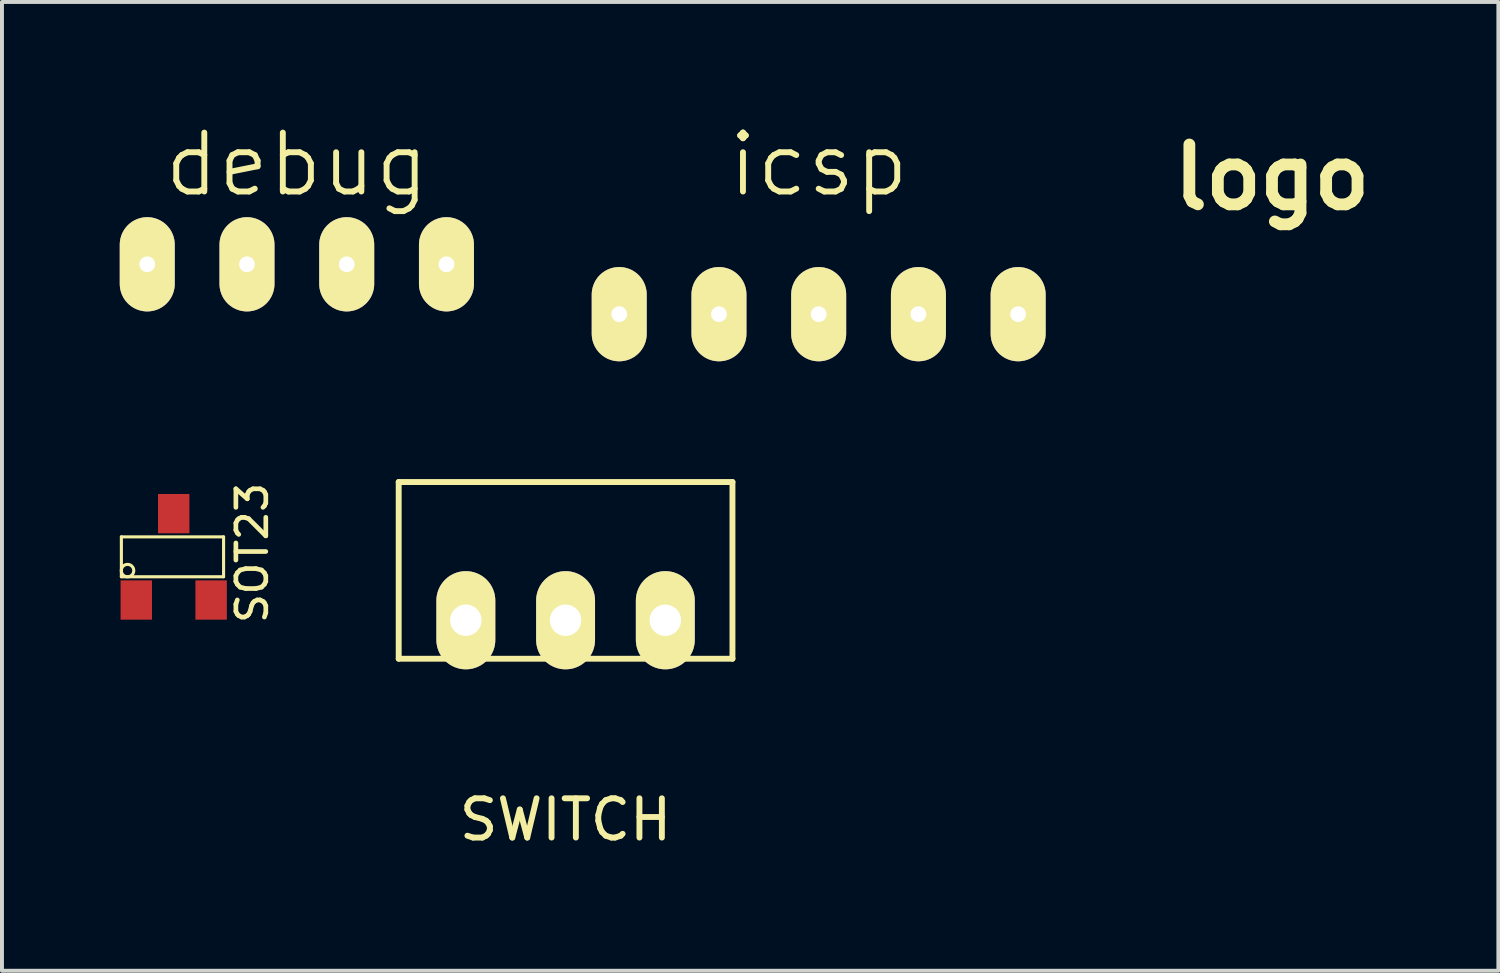
<source format=kicad_pcb>
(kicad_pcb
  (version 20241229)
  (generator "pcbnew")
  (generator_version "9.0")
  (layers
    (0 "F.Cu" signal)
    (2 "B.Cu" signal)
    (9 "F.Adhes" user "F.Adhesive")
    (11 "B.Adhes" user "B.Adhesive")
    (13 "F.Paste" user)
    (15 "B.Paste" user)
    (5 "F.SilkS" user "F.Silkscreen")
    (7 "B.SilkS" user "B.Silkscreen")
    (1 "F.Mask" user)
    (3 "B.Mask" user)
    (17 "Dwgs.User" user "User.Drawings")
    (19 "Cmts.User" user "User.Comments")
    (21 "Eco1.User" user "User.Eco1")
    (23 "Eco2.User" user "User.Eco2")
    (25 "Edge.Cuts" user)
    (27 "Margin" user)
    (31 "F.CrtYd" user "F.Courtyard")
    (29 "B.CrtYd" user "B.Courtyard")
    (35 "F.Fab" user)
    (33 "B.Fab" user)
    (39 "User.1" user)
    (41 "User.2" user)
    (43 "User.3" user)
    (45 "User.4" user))
  (footprint "logo"
    (layer "F.Cu")
    (at 29.345 1.465)
    (property "Reference" "logo" (at 0 0 0) (layer "F.SilkS") (effects (font (size 1.524 1.524) (thickness 0.3))))
    (attr through_hole)
    (fp_poly (pts (xy 1.625 -0.432) (xy 1.621 -0.329) (xy 1.607 -0.232) (xy 1.583 -0.141) (xy 1.549 -0.054) (xy 1.504 0.029) (xy 1.491 0.049) (xy 1.459 0.094) (xy 1.426 0.138) (xy 1.389 0.18) (xy 1.349 0.221) (xy 1.303 0.263) (xy 1.252 0.305) (xy 1.194 0.35) (xy 1.128 0.397) (xy 1.054 0.447) (xy 0.97 0.502) (xy 0.886 0.555) (xy 0.82 0.597) (xy 0.763 0.634) (xy 0.712 0.668) (xy 0.666 0.7) (xy 0.623 0.731) (xy 0.58 0.764) (xy 0.546 0.791) (xy 0.472 0.853) (xy 0.399 0.918) (xy 0.329 0.985) (xy 0.262 1.052) (xy 0.201 1.119) (xy 0.146 1.184) (xy 0.097 1.246) (xy 0.057 1.304) (xy 0.027 1.357) (xy 0.019 1.372) (xy 0.001 1.41) (xy -0.018 1.368) (xy -0.049 1.311) (xy -0.09 1.249) (xy -0.139 1.184) (xy -0.196 1.115) (xy -0.26 1.046) (xy -0.33 0.977) (xy -0.403 0.909) (xy -0.48 0.843) (xy -0.54 0.796) (xy -0.575 0.769) (xy -0.613 0.742) (xy -0.655 0.714) (xy -0.703 0.682) (xy -0.758 0.648) (xy -0.821 0.608) (xy -0.876 0.575) (xy -0.979 0.511) (xy -1.071 0.452) (xy -1.152 0.395) (xy -1.225 0.342) (xy -1.288 0.29) (xy -1.345 0.239) (xy -1.394 0.189) (xy -1.437 0.138) (xy -1.475 0.086) (xy -1.509 0.033) (xy -1.538 -0.024) (xy -1.543 -0.034) (xy -1.577 -0.115) (xy -1.602 -0.197) (xy -1.617 -0.281) (xy -1.624 -0.372) (xy -1.623 -0.454) (xy -1.614 -0.581) (xy -1.594 -0.7) (xy -1.564 -0.812) (xy -1.525 -0.916) (xy -1.477 -1.012) (xy -1.418 -1.1) (xy -1.35 -1.179) (xy -1.326 -1.204) (xy -1.25 -1.268) (xy -1.17 -1.321) (xy -1.085 -1.362) (xy -0.997 -1.392) (xy -0.906 -1.409) (xy -0.814 -1.415) (xy -0.721 -1.409) (xy -0.628 -1.391) (xy -0.535 -1.36) (xy -0.474 -1.333) (xy -0.386 -1.282) (xy -0.304 -1.22) (xy -0.227 -1.147) (xy -0.156 -1.064) (xy -0.092 -0.971) (xy -0.039 -0.876) (xy -0.000431 -0.801) (xy 0.032 -0.865) (xy 0.087 -0.964) (xy 0.149 -1.054) (xy 0.218 -1.134) (xy 0.259 -1.175) (xy 0.338 -1.24) (xy 0.422 -1.295) (xy 0.509 -1.338) (xy 0.599 -1.37) (xy 0.69 -1.391) (xy 0.782 -1.401) (xy 0.873 -1.4) (xy 0.964 -1.387) (xy 1.053 -1.364) (xy 1.139 -1.328) (xy 1.222 -1.282) (xy 1.299 -1.224) (xy 1.307 -1.217) (xy 1.377 -1.148) (xy 1.439 -1.07) (xy 1.492 -0.982) (xy 1.537 -0.887) (xy 1.573 -0.784) (xy 1.6 -0.674) (xy 1.617 -0.558) (xy 1.619 -0.543) (xy 1.625 -0.432)) (stroke (width 0.1) (type solid)) (fill yes) (layer "F.Mask")))
  (footprint "icsp"
    (layer "F.Cu")
    (at 17.8 4.951)
    (property "Reference" "icsp" (at 0 -3.81 0) (layer "F.SilkS") (effects (font (size 1.5 1.5) (thickness 0.15))))
    (attr through_hole)
    (pad "1" thru_hole oval (at -5.08 0) (size 1.4 2.4) (drill 0.4) (layers "*.Cu" "*.Mask" "F.SilkS"))
    (pad "2" thru_hole oval (at -2.54 0) (size 1.4 2.4) (drill 0.4) (layers "*.Cu" "*.Mask" "F.SilkS"))
    (pad "3" thru_hole oval (at 0 0) (size 1.4 2.4) (drill 0.4) (layers "*.Cu" "*.Mask" "F.SilkS"))
    (pad "4" thru_hole oval (at 2.54 0) (size 1.4 2.4) (drill 0.4) (layers "*.Cu" "*.Mask" "F.SilkS"))
    (pad "5" thru_hole oval (at 5.08 0) (size 1.4 2.4) (drill 0.4) (layers "*.Cu" "*.Mask" "F.SilkS")))
  (footprint "SWITCH"
    (layer "F.Cu")
    (at 11.354 12.746)
    (property "Reference" "SWITCH" (at 0 5.08 0) (layer "F.SilkS") (effects (font (size 1 1) (thickness 0.15))))
    (attr through_hole)
    (fp_line (start -4.25 -3.52) (end -4.25 0.98) (stroke (width 0.15) (type solid)) (layer "F.SilkS"))
    (fp_line (start -4.25 -3.52) (end 4.25 -3.52) (stroke (width 0.15) (type solid)) (layer "F.SilkS"))
    (fp_line (start 4.25 0.98) (end -4.25 0.98) (stroke (width 0.15) (type solid)) (layer "F.SilkS"))
    (fp_line (start 4.25 0.98) (end 4.25 -3.52) (stroke (width 0.15) (type solid)) (layer "F.SilkS"))
    (pad "1" thru_hole oval (at -2.54 0) (size 1.5 2.5) (drill 0.8) (layers "*.Cu" "*.Mask" "F.SilkS"))
    (pad "2" thru_hole oval (at 0 0) (size 1.5 2.5) (drill 0.8) (layers "*.Cu" "*.Mask" "F.SilkS"))
    (pad "3" thru_hole oval (at 2.54 0) (size 1.5 2.5) (drill 0.8) (layers "*.Cu" "*.Mask" "F.SilkS")))
  (footprint "SOT23"
    (layer "F.Cu")
    (at 1.374 11.131)
    (property "Reference" "SOT23" (at 1.999 -0.099 90) (layer "F.SilkS") (effects (font (size 0.762 0.762) (thickness 0.119))))
    (attr through_hole)
    (fp_line (start -1.333 -0.508) (end -1.333 0.508) (stroke (width 0.079) (type solid)) (layer "F.SilkS"))
    (fp_line (start -1.333 -0.508) (end 1.27 -0.508) (stroke (width 0.079) (type solid)) (layer "F.SilkS"))
    (fp_line (start 1.27 -0.508) (end 1.27 0.508) (stroke (width 0.079) (type solid)) (layer "F.SilkS"))
    (fp_line (start 1.27 0.508) (end -1.333 0.508) (stroke (width 0.079) (type solid)) (layer "F.SilkS"))
    (fp_circle (center -1.176 0.351) (end -1.3 0.45) (stroke (width 0.079) (type solid)) (fill no) (layer "F.SilkS"))
    (pad "D" smd rect (at 0 -1.1) (size 0.8 1.001) (layers "F.Cu" "F.Mask" "F.Paste"))
    (pad "G" smd rect (at -0.953 1.1) (size 0.8 1.001) (layers "F.Cu" "F.Mask" "F.Paste"))
    (pad "S" smd rect (at 0.953 1.1) (size 0.8 1.001) (layers "F.Cu" "F.Mask" "F.Paste")))
  (footprint "debug"
    (layer "F.Cu")
    (at 4.51 3.681)
    (property "Reference" "debug" (at 0 -2.54 0) (layer "F.SilkS") (effects (font (size 1.5 1.5) (thickness 0.15))))
    (attr through_hole)
    (pad "1" thru_hole oval (at -3.81 0) (size 1.4 2.4) (drill 0.4) (layers "*.Cu" "*.Mask" "F.SilkS"))
    (pad "2" thru_hole oval (at -1.27 0) (size 1.4 2.4) (drill 0.4) (layers "*.Cu" "*.Mask" "F.SilkS"))
    (pad "3" thru_hole oval (at 1.27 0) (size 1.4 2.4) (drill 0.4) (layers "*.Cu" "*.Mask" "F.SilkS"))
    (pad "4" thru_hole oval (at 3.81 0) (size 1.4 2.4) (drill 0.4) (layers "*.Cu" "*.Mask" "F.SilkS")))
  (gr_rect
    (start -3 -3)
    (end 35.11 21.674)
    (stroke (width 0.1) (type default))
    (fill no)
    (layer "Edge.Cuts")))
</source>
